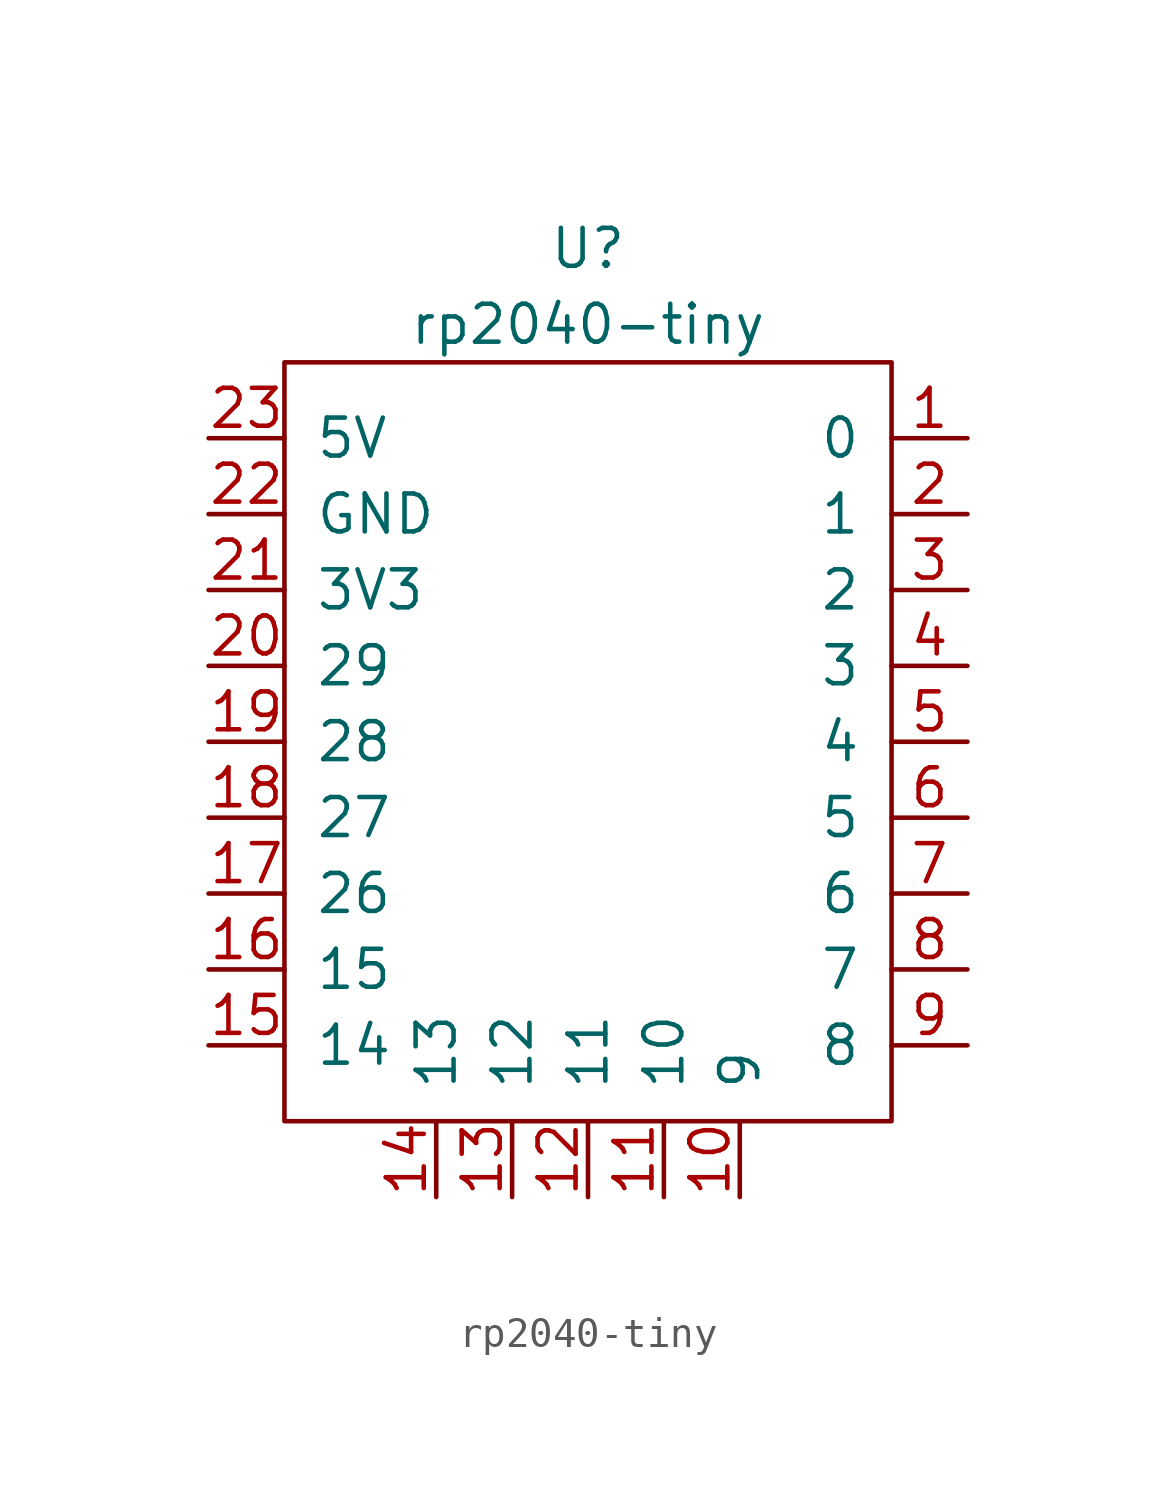
<source format=kicad_sym>
(kicad_symbol_lib
  (version 20220914)
  (generator kicad_symbol_editor)
  (symbol "rp2040-tiny"
    (pin_names
      (offset 1.016))
    (property "Reference" "U"
      (at 0 15.24 0)
      (effects (font (size 1.27 1.27))))
    (property "Value" "rp2040-tiny"
      (at 0 12.7 0)
      (effects (font (size 1.27 1.27))))
    (symbol "rp2040-tiny_0_1"
      (rectangle (start -10.16 11.43) (end 10.16 -13.97) (stroke (width 0) (type default)) (fill (type none))))
    (symbol "rp2040-tiny_1_1"
      (pin bidirectional line (at 12.7 8.89 180) (length 2.54) (name "0" (effects (font (size 1.27 1.27)))) (number "1" (effects (font (size 1.27 1.27)))))
      (pin bidirectional line (at 5.08 -16.51 90) (length 2.54) (name "9" (effects (font (size 1.27 1.27)))) (number "10" (effects (font (size 1.27 1.27)))))
      (pin bidirectional line (at 2.54 -16.51 90) (length 2.54) (name "10" (effects (font (size 1.27 1.27)))) (number "11" (effects (font (size 1.27 1.27)))))
      (pin bidirectional line (at 0 -16.51 90) (length 2.54) (name "11" (effects (font (size 1.27 1.27)))) (number "12" (effects (font (size 1.27 1.27)))))
      (pin bidirectional line (at -2.54 -16.51 90) (length 2.54) (name "12" (effects (font (size 1.27 1.27)))) (number "13" (effects (font (size 1.27 1.27)))))
      (pin bidirectional line (at -5.08 -16.51 90) (length 2.54) (name "13" (effects (font (size 1.27 1.27)))) (number "14" (effects (font (size 1.27 1.27)))))
      (pin bidirectional line (at -12.7 -11.43 0) (length 2.54) (name "14" (effects (font (size 1.27 1.27)))) (number "15" (effects (font (size 1.27 1.27)))))
      (pin bidirectional line (at -12.7 -8.89 0) (length 2.54) (name "15" (effects (font (size 1.27 1.27)))) (number "16" (effects (font (size 1.27 1.27)))))
      (pin bidirectional line (at -12.7 -6.35 0) (length 2.54) (name "26" (effects (font (size 1.27 1.27)))) (number "17" (effects (font (size 1.27 1.27)))))
      (pin bidirectional line (at -12.7 -3.81 0) (length 2.54) (name "27" (effects (font (size 1.27 1.27)))) (number "18" (effects (font (size 1.27 1.27)))))
      (pin bidirectional line (at -12.7 -1.27 0) (length 2.54) (name "28" (effects (font (size 1.27 1.27)))) (number "19" (effects (font (size 1.27 1.27)))))
      (pin bidirectional line (at 12.7 6.35 180) (length 2.54) (name "1" (effects (font (size 1.27 1.27)))) (number "2" (effects (font (size 1.27 1.27)))))
      (pin bidirectional line (at -12.7 1.27 0) (length 2.54) (name "29" (effects (font (size 1.27 1.27)))) (number "20" (effects (font (size 1.27 1.27)))))
      (pin power_out line (at -12.7 3.81 0) (length 2.54) (name "3V3" (effects (font (size 1.27 1.27)))) (number "21" (effects (font (size 1.27 1.27)))))
      (pin power_out line (at -12.7 6.35 0) (length 2.54) (name "GND" (effects (font (size 1.27 1.27)))) (number "22" (effects (font (size 1.27 1.27)))))
      (pin power_out line (at -12.7 8.89 0) (length 2.54) (name "5V" (effects (font (size 1.27 1.27)))) (number "23" (effects (font (size 1.27 1.27)))))
      (pin bidirectional line (at 12.7 3.81 180) (length 2.54) (name "2" (effects (font (size 1.27 1.27)))) (number "3" (effects (font (size 1.27 1.27)))))
      (pin bidirectional line (at 12.7 1.27 180) (length 2.54) (name "3" (effects (font (size 1.27 1.27)))) (number "4" (effects (font (size 1.27 1.27)))))
      (pin bidirectional line (at 12.7 -1.27 180) (length 2.54) (name "4" (effects (font (size 1.27 1.27)))) (number "5" (effects (font (size 1.27 1.27)))))
      (pin bidirectional line (at 12.7 -3.81 180) (length 2.54) (name "5" (effects (font (size 1.27 1.27)))) (number "6" (effects (font (size 1.27 1.27)))))
      (pin bidirectional line (at 12.7 -6.35 180) (length 2.54) (name "6" (effects (font (size 1.27 1.27)))) (number "7" (effects (font (size 1.27 1.27)))))
      (pin bidirectional line (at 12.7 -8.89 180) (length 2.54) (name "7" (effects (font (size 1.27 1.27)))) (number "8" (effects (font (size 1.27 1.27)))))
      (pin bidirectional line (at 12.7 -11.43 180) (length 2.54) (name "8" (effects (font (size 1.27 1.27)))) (number "9" (effects (font (size 1.27 1.27))))))))
</source>
